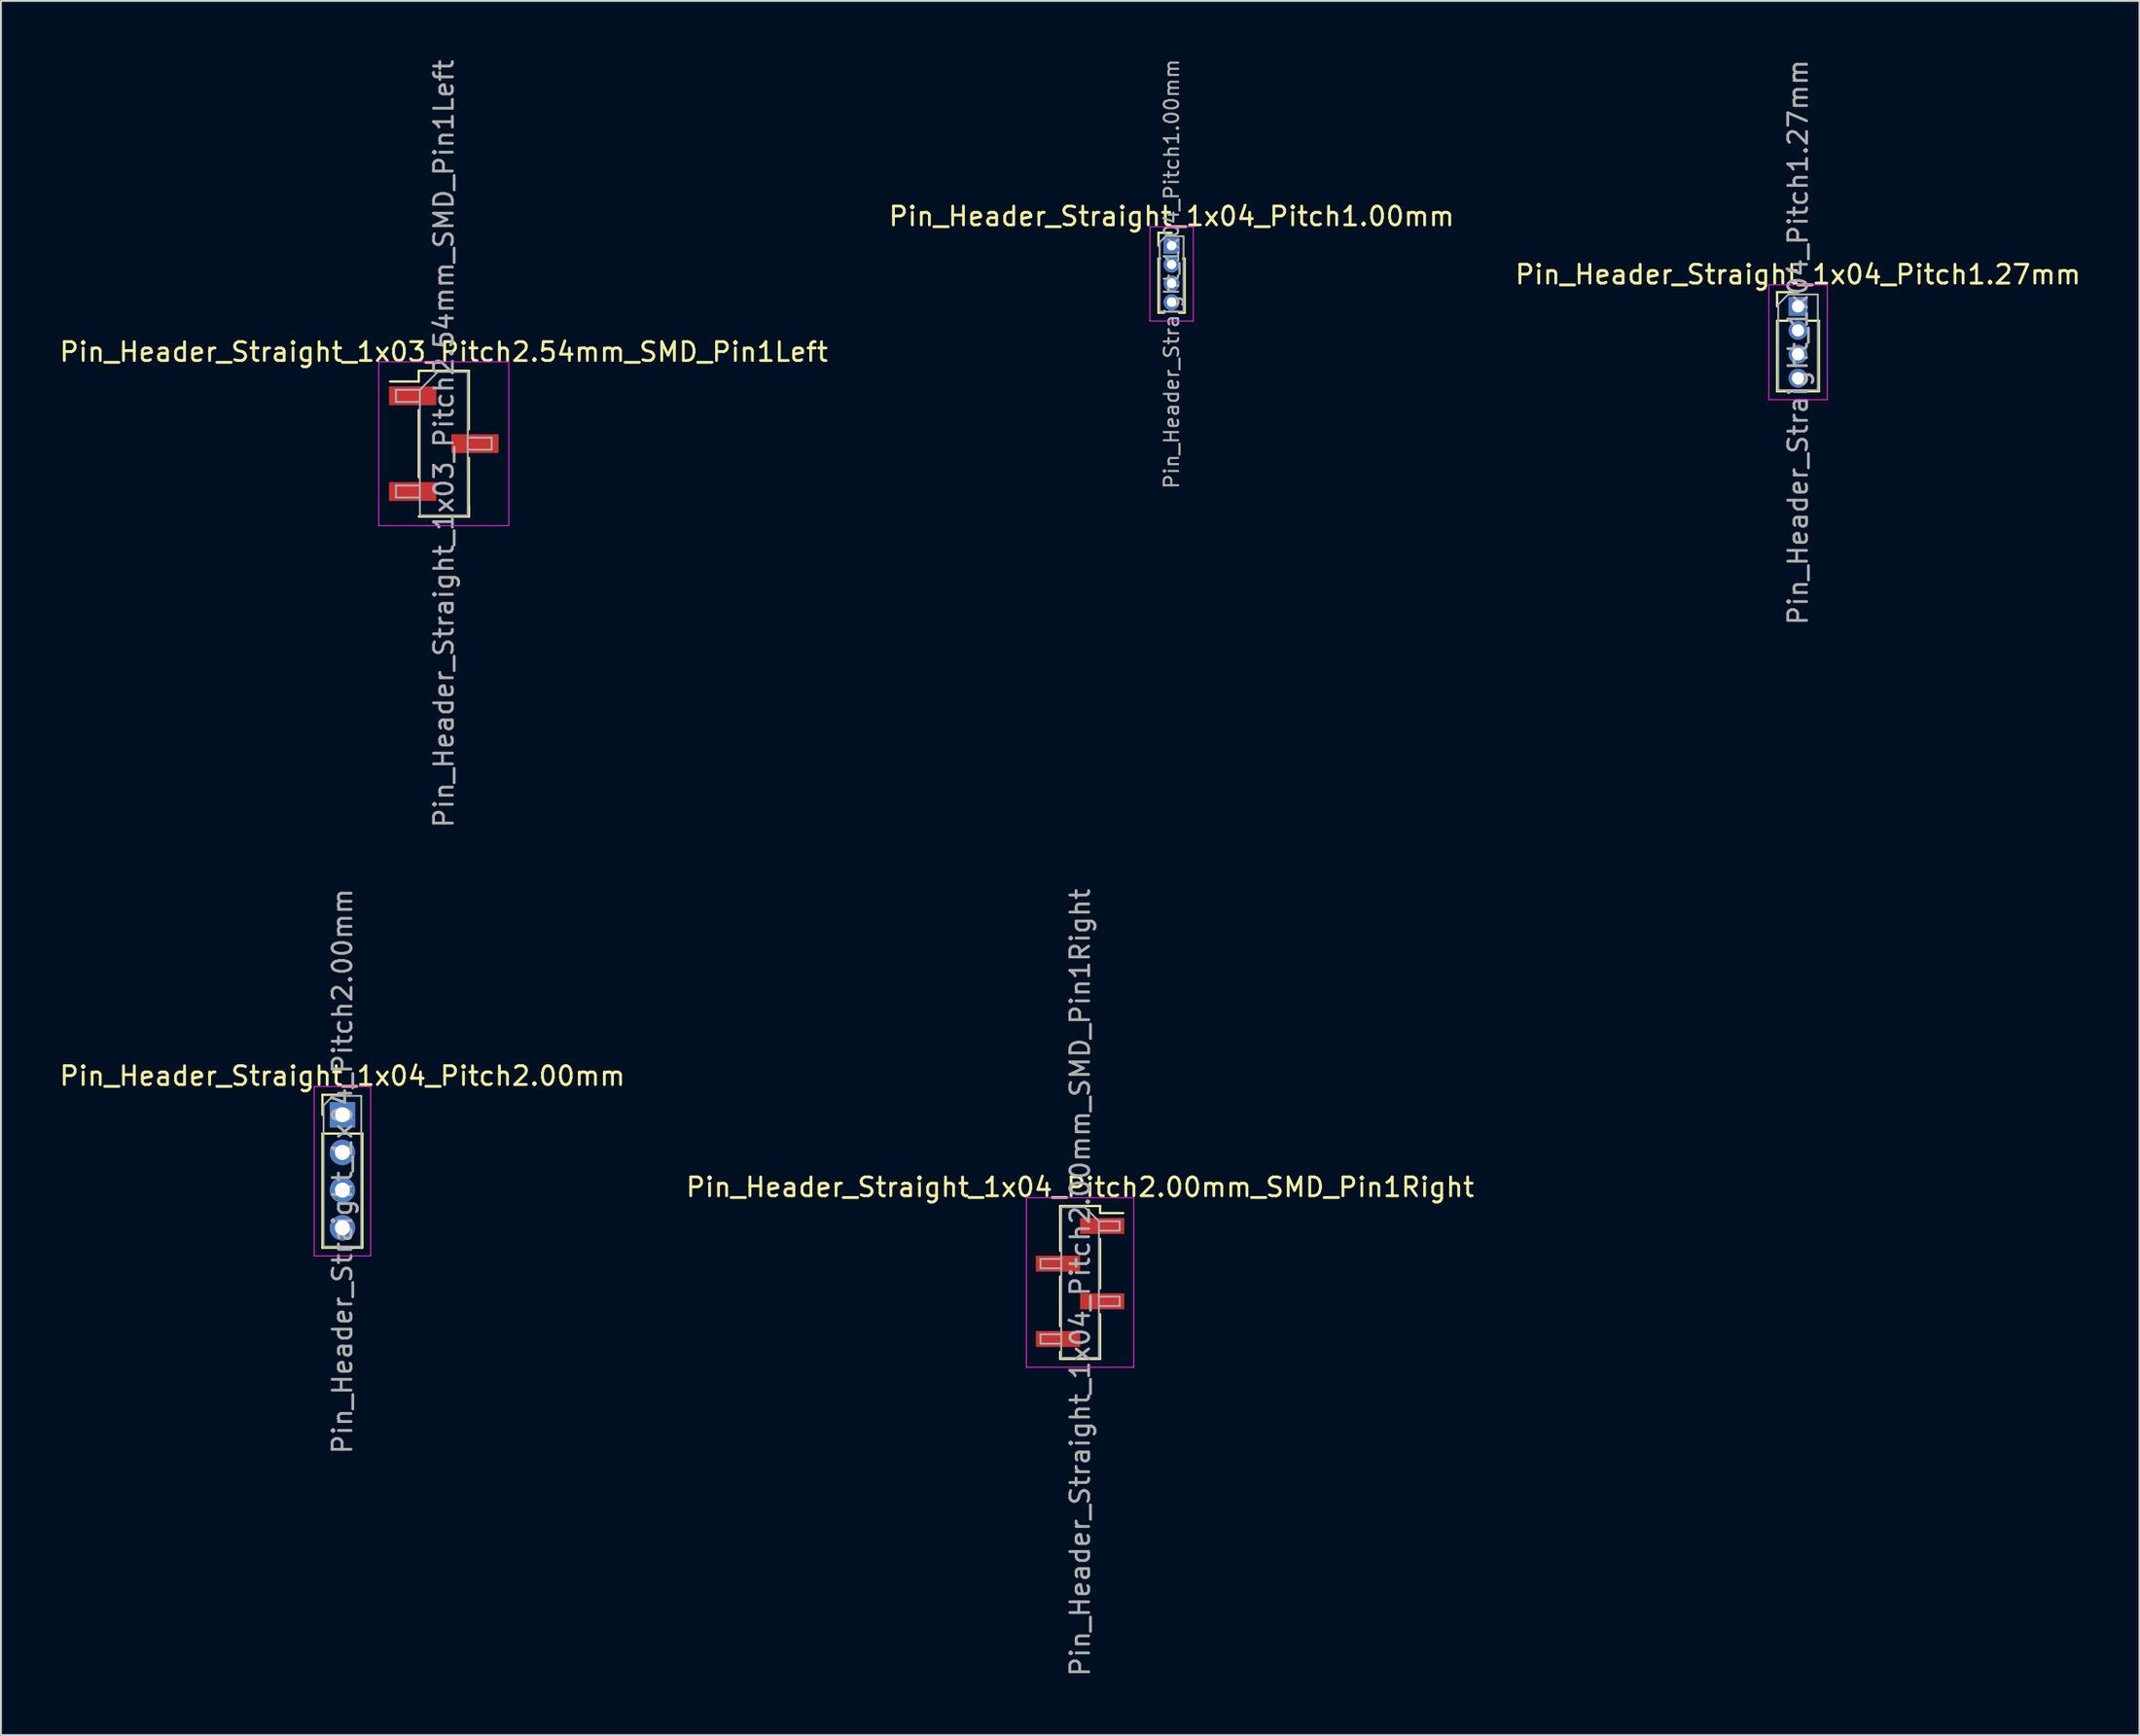
<source format=kicad_pcb>
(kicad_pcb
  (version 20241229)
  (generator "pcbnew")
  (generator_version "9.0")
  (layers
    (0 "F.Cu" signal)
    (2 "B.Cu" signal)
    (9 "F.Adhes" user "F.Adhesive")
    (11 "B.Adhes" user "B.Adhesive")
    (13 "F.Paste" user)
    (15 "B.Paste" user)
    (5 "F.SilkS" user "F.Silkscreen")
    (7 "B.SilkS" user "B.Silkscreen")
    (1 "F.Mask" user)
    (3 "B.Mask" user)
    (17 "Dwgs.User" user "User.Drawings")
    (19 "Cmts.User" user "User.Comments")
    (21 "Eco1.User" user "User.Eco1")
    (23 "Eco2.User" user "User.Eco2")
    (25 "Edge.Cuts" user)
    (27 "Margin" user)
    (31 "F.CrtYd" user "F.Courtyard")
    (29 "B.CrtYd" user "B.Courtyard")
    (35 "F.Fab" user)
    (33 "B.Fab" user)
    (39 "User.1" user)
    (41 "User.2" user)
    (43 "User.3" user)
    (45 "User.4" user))
  (footprint "Pin_Header_Straight_1x04_Pitch2.00mm"
    (layer "F.Cu")
    (at 15.125 56.137)
    (property "Reference" "Pin_Header_Straight_1x04_Pitch2.00mm" (at 0 -2.06 0) (layer "F.SilkS") (effects (font (size 1 1) (thickness 0.15))))
    (attr through_hole)
    (fp_line (start -1.06 -1.06) (end 0 -1.06) (stroke (width 0.12) (type solid)) (layer "F.SilkS"))
    (fp_line (start -1.06 0) (end -1.06 -1.06) (stroke (width 0.12) (type solid)) (layer "F.SilkS"))
    (fp_line (start -1.06 1) (end -1.06 7.06) (stroke (width 0.12) (type solid)) (layer "F.SilkS"))
    (fp_line (start -1.06 1) (end 1.06 1) (stroke (width 0.12) (type solid)) (layer "F.SilkS"))
    (fp_line (start -1.06 7.06) (end 1.06 7.06) (stroke (width 0.12) (type solid)) (layer "F.SilkS"))
    (fp_line (start 1.06 1) (end 1.06 7.06) (stroke (width 0.12) (type solid)) (layer "F.SilkS"))
    (fp_line (start -1.5 -1.5) (end -1.5 7.5) (stroke (width 0.05) (type solid)) (layer "F.CrtYd"))
    (fp_line (start -1.5 7.5) (end 1.5 7.5) (stroke (width 0.05) (type solid)) (layer "F.CrtYd"))
    (fp_line (start 1.5 -1.5) (end -1.5 -1.5) (stroke (width 0.05) (type solid)) (layer "F.CrtYd"))
    (fp_line (start 1.5 7.5) (end 1.5 -1.5) (stroke (width 0.05) (type solid)) (layer "F.CrtYd"))
    (fp_line (start -1 -0.5) (end -0.5 -1) (stroke (width 0.1) (type solid)) (layer "F.Fab"))
    (fp_line (start -1 7) (end -1 -0.5) (stroke (width 0.1) (type solid)) (layer "F.Fab"))
    (fp_line (start -0.5 -1) (end 1 -1) (stroke (width 0.1) (type solid)) (layer "F.Fab"))
    (fp_line (start 1 -1) (end 1 7) (stroke (width 0.1) (type solid)) (layer "F.Fab"))
    (fp_line (start 1 7) (end -1 7) (stroke (width 0.1) (type solid)) (layer "F.Fab"))
    (fp_text user "${REFERENCE}" (at 0 3 90) (layer "F.Fab") (effects (font (size 1 1) (thickness 0.15))))
    (pad "1" thru_hole rect (at 0 0) (size 1.35 1.35) (drill 0.8) (layers "*.Cu" "*.Mask"))
    (pad "2" thru_hole oval (at 0 2) (size 1.35 1.35) (drill 0.8) (layers "*.Cu" "*.Mask"))
    (pad "3" thru_hole oval (at 0 4) (size 1.35 1.35) (drill 0.8) (layers "*.Cu" "*.Mask"))
    (pad "4" thru_hole oval (at 0 6) (size 1.35 1.35) (drill 0.8) (layers "*.Cu" "*.Mask")))
  (footprint "Pin_Header_Straight_1x04_Pitch2.00mm_SMD_Pin1Right"
    (layer "F.Cu")
    (at 54.28 65.042)
    (property "Reference" "Pin_Header_Straight_1x04_Pitch2.00mm_SMD_Pin1Right" (at 0 -5.06 0) (layer "F.SilkS") (effects (font (size 1 1) (thickness 0.15))))
    (attr smd)
    (fp_line (start -1.06 -4.06) (end -1.06 -1.685) (stroke (width 0.12) (type solid)) (layer "F.SilkS"))
    (fp_line (start -1.06 -4.06) (end 1.06 -4.06) (stroke (width 0.12) (type solid)) (layer "F.SilkS"))
    (fp_line (start -1.06 -0.315) (end -1.06 2.315) (stroke (width 0.12) (type solid)) (layer "F.SilkS"))
    (fp_line (start -1.06 3.685) (end -1.06 4.06) (stroke (width 0.12) (type solid)) (layer "F.SilkS"))
    (fp_line (start -1.06 4.06) (end 1.06 4.06) (stroke (width 0.12) (type solid)) (layer "F.SilkS"))
    (fp_line (start 1.06 -4.06) (end 1.06 -3.685) (stroke (width 0.12) (type solid)) (layer "F.SilkS"))
    (fp_line (start 1.06 -3.685) (end 2.29 -3.685) (stroke (width 0.12) (type solid)) (layer "F.SilkS"))
    (fp_line (start 1.06 -2.315) (end 1.06 0.315) (stroke (width 0.12) (type solid)) (layer "F.SilkS"))
    (fp_line (start 1.06 1.685) (end 1.06 4.06) (stroke (width 0.12) (type solid)) (layer "F.SilkS"))
    (fp_line (start -2.85 -4.5) (end -2.85 4.5) (stroke (width 0.05) (type solid)) (layer "F.CrtYd"))
    (fp_line (start -2.85 4.5) (end 2.85 4.5) (stroke (width 0.05) (type solid)) (layer "F.CrtYd"))
    (fp_line (start 2.85 -4.5) (end -2.85 -4.5) (stroke (width 0.05) (type solid)) (layer "F.CrtYd"))
    (fp_line (start 2.85 4.5) (end 2.85 -4.5) (stroke (width 0.05) (type solid)) (layer "F.CrtYd"))
    (fp_line (start -2.1 -1.25) (end -2.1 -0.75) (stroke (width 0.1) (type solid)) (layer "F.Fab"))
    (fp_line (start -2.1 -0.75) (end -1 -0.75) (stroke (width 0.1) (type solid)) (layer "F.Fab"))
    (fp_line (start -2.1 2.75) (end -2.1 3.25) (stroke (width 0.1) (type solid)) (layer "F.Fab"))
    (fp_line (start -2.1 3.25) (end -1 3.25) (stroke (width 0.1) (type solid)) (layer "F.Fab"))
    (fp_line (start -1 -4) (end -1 4) (stroke (width 0.1) (type solid)) (layer "F.Fab"))
    (fp_line (start -1 -4) (end 0.25 -4) (stroke (width 0.1) (type solid)) (layer "F.Fab"))
    (fp_line (start -1 -1.25) (end -2.1 -1.25) (stroke (width 0.1) (type solid)) (layer "F.Fab"))
    (fp_line (start -1 2.75) (end -2.1 2.75) (stroke (width 0.1) (type solid)) (layer "F.Fab"))
    (fp_line (start 1 -3.25) (end 0.25 -4) (stroke (width 0.1) (type solid)) (layer "F.Fab"))
    (fp_line (start 1 -3.25) (end 2.1 -3.25) (stroke (width 0.1) (type solid)) (layer "F.Fab"))
    (fp_line (start 1 0.75) (end 2.1 0.75) (stroke (width 0.1) (type solid)) (layer "F.Fab"))
    (fp_line (start 1 4) (end -1 4) (stroke (width 0.1) (type solid)) (layer "F.Fab"))
    (fp_line (start 1 4) (end 1 -3.25) (stroke (width 0.1) (type solid)) (layer "F.Fab"))
    (fp_line (start 2.1 -3.25) (end 2.1 -2.75) (stroke (width 0.1) (type solid)) (layer "F.Fab"))
    (fp_line (start 2.1 -2.75) (end 1 -2.75) (stroke (width 0.1) (type solid)) (layer "F.Fab"))
    (fp_line (start 2.1 0.75) (end 2.1 1.25) (stroke (width 0.1) (type solid)) (layer "F.Fab"))
    (fp_line (start 2.1 1.25) (end 1 1.25) (stroke (width 0.1) (type solid)) (layer "F.Fab"))
    (fp_text user "${REFERENCE}" (at 0 0 90) (layer "F.Fab") (effects (font (size 1 1) (thickness 0.15))))
    (pad "1" smd rect (at 1.175 -3) (size 2.35 0.85) (layers "F.Cu" "F.Mask" "F.Paste"))
    (pad "2" smd rect (at -1.175 -1) (size 2.35 0.85) (layers "F.Cu" "F.Mask" "F.Paste"))
    (pad "3" smd rect (at 1.175 1) (size 2.35 0.85) (layers "F.Cu" "F.Mask" "F.Paste"))
    (pad "4" smd rect (at -1.175 3) (size 2.35 0.85) (layers "F.Cu" "F.Mask" "F.Paste")))
  (footprint "Pin_Header_Straight_1x04_Pitch1.00mm"
    (layer "F.Cu")
    (at 59.137 9.995)
    (property "Reference" "Pin_Header_Straight_1x04_Pitch1.00mm" (at 0 -1.56 0) (layer "F.SilkS") (effects (font (size 1 1) (thickness 0.15))))
    (attr through_hole)
    (fp_line (start -0.695 -0.685) (end 0 -0.685) (stroke (width 0.12) (type solid)) (layer "F.SilkS"))
    (fp_line (start -0.695 0) (end -0.695 -0.685) (stroke (width 0.12) (type solid)) (layer "F.SilkS"))
    (fp_line (start -0.695 0.685) (end -0.695 3.56) (stroke (width 0.12) (type solid)) (layer "F.SilkS"))
    (fp_line (start -0.695 0.685) (end -0.608 0.685) (stroke (width 0.12) (type solid)) (layer "F.SilkS"))
    (fp_line (start -0.695 3.56) (end -0.394 3.56) (stroke (width 0.12) (type solid)) (layer "F.SilkS"))
    (fp_line (start 0.394 3.56) (end 0.695 3.56) (stroke (width 0.12) (type solid)) (layer "F.SilkS"))
    (fp_line (start 0.608 0.685) (end 0.695 0.685) (stroke (width 0.12) (type solid)) (layer "F.SilkS"))
    (fp_line (start 0.695 0.685) (end 0.695 3.56) (stroke (width 0.12) (type solid)) (layer "F.SilkS"))
    (fp_line (start -1.15 -1) (end -1.15 4) (stroke (width 0.05) (type solid)) (layer "F.CrtYd"))
    (fp_line (start -1.15 4) (end 1.15 4) (stroke (width 0.05) (type solid)) (layer "F.CrtYd"))
    (fp_line (start 1.15 -1) (end -1.15 -1) (stroke (width 0.05) (type solid)) (layer "F.CrtYd"))
    (fp_line (start 1.15 4) (end 1.15 -1) (stroke (width 0.05) (type solid)) (layer "F.CrtYd"))
    (fp_line (start -0.635 -0.182) (end -0.318 -0.5) (stroke (width 0.1) (type solid)) (layer "F.Fab"))
    (fp_line (start -0.635 3.5) (end -0.635 -0.182) (stroke (width 0.1) (type solid)) (layer "F.Fab"))
    (fp_line (start -0.318 -0.5) (end 0.635 -0.5) (stroke (width 0.1) (type solid)) (layer "F.Fab"))
    (fp_line (start 0.635 -0.5) (end 0.635 3.5) (stroke (width 0.1) (type solid)) (layer "F.Fab"))
    (fp_line (start 0.635 3.5) (end -0.635 3.5) (stroke (width 0.1) (type solid)) (layer "F.Fab"))
    (fp_text user "${REFERENCE}" (at 0 1.5 90) (layer "F.Fab") (effects (font (size 0.76 0.76) (thickness 0.114))))
    (pad "1" thru_hole rect (at 0 0) (size 0.85 0.85) (drill 0.5) (layers "*.Cu" "*.Mask"))
    (pad "2" thru_hole oval (at 0 1) (size 0.85 0.85) (drill 0.5) (layers "*.Cu" "*.Mask"))
    (pad "3" thru_hole oval (at 0 2) (size 0.85 0.85) (drill 0.5) (layers "*.Cu" "*.Mask"))
    (pad "4" thru_hole oval (at 0 3) (size 0.85 0.85) (drill 0.5) (layers "*.Cu" "*.Mask")))
  (footprint "Pin_Header_Straight_1x03_Pitch2.54mm_SMD_Pin1Left"
    (layer "F.Cu")
    (at 20.506 20.506)
    (property "Reference" "Pin_Header_Straight_1x03_Pitch2.54mm_SMD_Pin1Left" (at 0 -4.87 0) (layer "F.SilkS") (effects (font (size 1 1) (thickness 0.15))))
    (attr smd)
    (fp_line (start -1.33 -3.87) (end -1.33 -3.3) (stroke (width 0.12) (type solid)) (layer "F.SilkS"))
    (fp_line (start -1.33 -3.87) (end 1.33 -3.87) (stroke (width 0.12) (type solid)) (layer "F.SilkS"))
    (fp_line (start -1.33 -3.3) (end -2.85 -3.3) (stroke (width 0.12) (type solid)) (layer "F.SilkS"))
    (fp_line (start -1.33 -1.78) (end -1.33 1.78) (stroke (width 0.12) (type solid)) (layer "F.SilkS"))
    (fp_line (start -1.33 3.87) (end 1.33 3.87) (stroke (width 0.12) (type solid)) (layer "F.SilkS"))
    (fp_line (start 1.33 -3.87) (end 1.33 -0.76) (stroke (width 0.12) (type solid)) (layer "F.SilkS"))
    (fp_line (start 1.33 0.76) (end 1.33 3.87) (stroke (width 0.12) (type solid)) (layer "F.SilkS"))
    (fp_line (start 1.33 3.3) (end 1.33 3.87) (stroke (width 0.12) (type solid)) (layer "F.SilkS"))
    (fp_line (start -3.45 -4.35) (end -3.45 4.35) (stroke (width 0.05) (type solid)) (layer "F.CrtYd"))
    (fp_line (start -3.45 4.35) (end 3.45 4.35) (stroke (width 0.05) (type solid)) (layer "F.CrtYd"))
    (fp_line (start 3.45 -4.35) (end -3.45 -4.35) (stroke (width 0.05) (type solid)) (layer "F.CrtYd"))
    (fp_line (start 3.45 4.35) (end 3.45 -4.35) (stroke (width 0.05) (type solid)) (layer "F.CrtYd"))
    (fp_line (start -2.54 -2.86) (end -2.54 -2.22) (stroke (width 0.1) (type solid)) (layer "F.Fab"))
    (fp_line (start -2.54 -2.22) (end -1.27 -2.22) (stroke (width 0.1) (type solid)) (layer "F.Fab"))
    (fp_line (start -2.54 2.22) (end -2.54 2.86) (stroke (width 0.1) (type solid)) (layer "F.Fab"))
    (fp_line (start -2.54 2.86) (end -1.27 2.86) (stroke (width 0.1) (type solid)) (layer "F.Fab"))
    (fp_line (start -1.27 -2.86) (end -2.54 -2.86) (stroke (width 0.1) (type solid)) (layer "F.Fab"))
    (fp_line (start -1.27 -2.86) (end -0.32 -3.81) (stroke (width 0.1) (type solid)) (layer "F.Fab"))
    (fp_line (start -1.27 2.22) (end -2.54 2.22) (stroke (width 0.1) (type solid)) (layer "F.Fab"))
    (fp_line (start -1.27 3.81) (end -1.27 -2.86) (stroke (width 0.1) (type solid)) (layer "F.Fab"))
    (fp_line (start -0.32 -3.81) (end 1.27 -3.81) (stroke (width 0.1) (type solid)) (layer "F.Fab"))
    (fp_line (start 1.27 -3.81) (end 1.27 3.81) (stroke (width 0.1) (type solid)) (layer "F.Fab"))
    (fp_line (start 1.27 -0.32) (end 2.54 -0.32) (stroke (width 0.1) (type solid)) (layer "F.Fab"))
    (fp_line (start 1.27 3.81) (end -1.27 3.81) (stroke (width 0.1) (type solid)) (layer "F.Fab"))
    (fp_line (start 2.54 -0.32) (end 2.54 0.32) (stroke (width 0.1) (type solid)) (layer "F.Fab"))
    (fp_line (start 2.54 0.32) (end 1.27 0.32) (stroke (width 0.1) (type solid)) (layer "F.Fab"))
    (fp_text user "${REFERENCE}" (at 0 0 90) (layer "F.Fab") (effects (font (size 1 1) (thickness 0.15))))
    (pad "1" smd rect (at -1.655 -2.54) (size 2.51 1) (layers "F.Cu" "F.Mask" "F.Paste"))
    (pad "2" smd rect (at 1.655 0) (size 2.51 1) (layers "F.Cu" "F.Mask" "F.Paste"))
    (pad "3" smd rect (at -1.655 2.54) (size 2.51 1) (layers "F.Cu" "F.Mask" "F.Paste")))
  (footprint "Pin_Header_Straight_1x04_Pitch1.27mm"
    (layer "F.Cu")
    (at 92.387 13.22)
    (property "Reference" "Pin_Header_Straight_1x04_Pitch1.27mm" (at 0 -1.695 0) (layer "F.SilkS") (effects (font (size 1 1) (thickness 0.15))))
    (attr through_hole)
    (fp_line (start -1.11 -0.76) (end 0 -0.76) (stroke (width 0.12) (type solid)) (layer "F.SilkS"))
    (fp_line (start -1.11 0) (end -1.11 -0.76) (stroke (width 0.12) (type solid)) (layer "F.SilkS"))
    (fp_line (start -1.11 0.76) (end -1.11 4.505) (stroke (width 0.12) (type solid)) (layer "F.SilkS"))
    (fp_line (start -1.11 0.76) (end -0.563 0.76) (stroke (width 0.12) (type solid)) (layer "F.SilkS"))
    (fp_line (start -1.11 4.505) (end -0.308 4.505) (stroke (width 0.12) (type solid)) (layer "F.SilkS"))
    (fp_line (start 0.308 4.505) (end 1.11 4.505) (stroke (width 0.12) (type solid)) (layer "F.SilkS"))
    (fp_line (start 0.563 0.76) (end 1.11 0.76) (stroke (width 0.12) (type solid)) (layer "F.SilkS"))
    (fp_line (start 1.11 0.76) (end 1.11 4.505) (stroke (width 0.12) (type solid)) (layer "F.SilkS"))
    (fp_line (start -1.55 -1.15) (end -1.55 4.95) (stroke (width 0.05) (type solid)) (layer "F.CrtYd"))
    (fp_line (start -1.55 4.95) (end 1.55 4.95) (stroke (width 0.05) (type solid)) (layer "F.CrtYd"))
    (fp_line (start 1.55 -1.15) (end -1.55 -1.15) (stroke (width 0.05) (type solid)) (layer "F.CrtYd"))
    (fp_line (start 1.55 4.95) (end 1.55 -1.15) (stroke (width 0.05) (type solid)) (layer "F.CrtYd"))
    (fp_line (start -1.05 -0.11) (end -0.525 -0.635) (stroke (width 0.1) (type solid)) (layer "F.Fab"))
    (fp_line (start -1.05 4.445) (end -1.05 -0.11) (stroke (width 0.1) (type solid)) (layer "F.Fab"))
    (fp_line (start -0.525 -0.635) (end 1.05 -0.635) (stroke (width 0.1) (type solid)) (layer "F.Fab"))
    (fp_line (start 1.05 -0.635) (end 1.05 4.445) (stroke (width 0.1) (type solid)) (layer "F.Fab"))
    (fp_line (start 1.05 4.445) (end -1.05 4.445) (stroke (width 0.1) (type solid)) (layer "F.Fab"))
    (fp_text user "${REFERENCE}" (at 0 1.905 90) (layer "F.Fab") (effects (font (size 1 1) (thickness 0.15))))
    (pad "1" thru_hole rect (at 0 0) (size 1 1) (drill 0.65) (layers "*.Cu" "*.Mask"))
    (pad "2" thru_hole oval (at 0 1.27) (size 1 1) (drill 0.65) (layers "*.Cu" "*.Mask"))
    (pad "3" thru_hole oval (at 0 2.54) (size 1 1) (drill 0.65) (layers "*.Cu" "*.Mask"))
    (pad "4" thru_hole oval (at 0 3.81) (size 1 1) (drill 0.65) (layers "*.Cu" "*.Mask")))
  (gr_rect
    (start -3 -3)
    (end 110.512 89.071)
    (stroke (width 0.1) (type default))
    (fill no)
    (layer "Edge.Cuts")))
</source>
